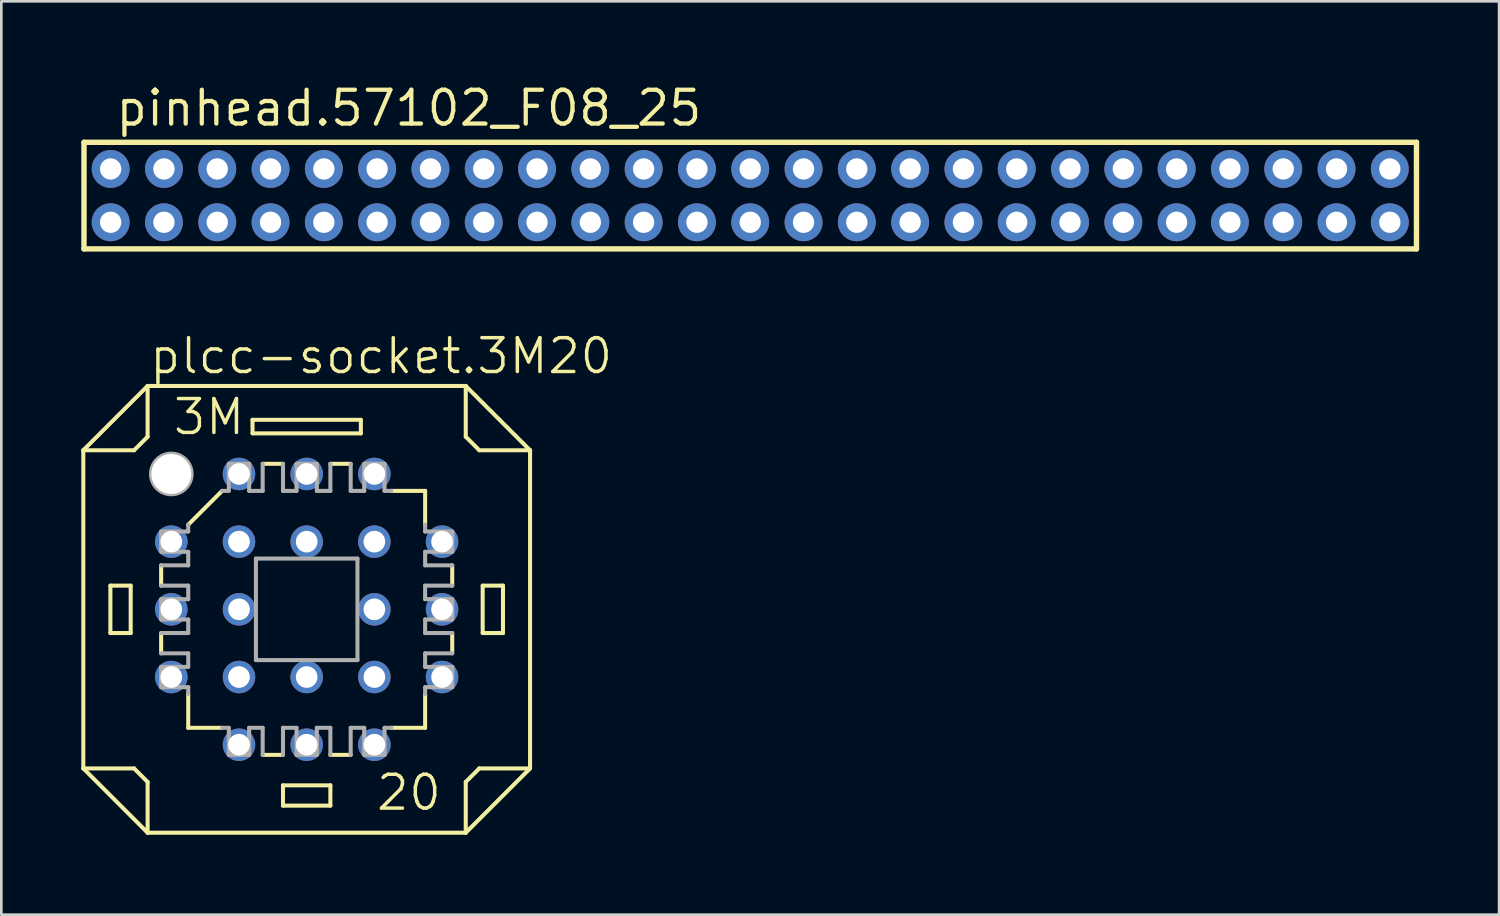
<source format=kicad_pcb>
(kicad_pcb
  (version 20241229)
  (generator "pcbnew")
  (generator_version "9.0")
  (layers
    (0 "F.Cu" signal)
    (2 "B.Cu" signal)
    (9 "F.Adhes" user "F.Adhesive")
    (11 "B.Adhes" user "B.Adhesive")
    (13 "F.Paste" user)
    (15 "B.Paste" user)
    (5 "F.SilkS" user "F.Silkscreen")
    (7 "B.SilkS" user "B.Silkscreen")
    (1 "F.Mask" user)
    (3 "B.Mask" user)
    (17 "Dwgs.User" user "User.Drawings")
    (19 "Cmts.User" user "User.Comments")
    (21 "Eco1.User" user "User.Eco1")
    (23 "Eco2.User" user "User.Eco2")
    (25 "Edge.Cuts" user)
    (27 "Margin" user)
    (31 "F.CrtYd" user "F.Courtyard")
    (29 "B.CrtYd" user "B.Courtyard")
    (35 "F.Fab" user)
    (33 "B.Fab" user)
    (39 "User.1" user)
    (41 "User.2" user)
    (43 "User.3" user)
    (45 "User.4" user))
  (footprint "plcc-socket.3M20"
    (layer "F.Cu")
    (at 8.458 19.815)
    (property "Reference" "plcc-socket.3M20" (at -5.969 -8.763 0) (layer "F.SilkS") (effects (font (size 1.27 1.27) (thickness 0.13)) (justify left bottom)))
    (attr through_hole)
    (fp_line (start -8.382 -5.969) (end -8.382 5.969) (stroke (width 0.152) (type default)) (layer "F.SilkS"))
    (fp_line (start -8.382 -5.969) (end -5.969 -8.382) (stroke (width 0.152) (type default)) (layer "F.SilkS"))
    (fp_line (start -8.382 5.969) (end -6.477 5.969) (stroke (width 0.152) (type default)) (layer "F.SilkS"))
    (fp_line (start -7.366 -0.889) (end -6.604 -0.889) (stroke (width 0.152) (type default)) (layer "F.SilkS"))
    (fp_line (start -7.366 0.889) (end -7.366 -0.889) (stroke (width 0.152) (type default)) (layer "F.SilkS"))
    (fp_line (start -7.366 0.889) (end -6.604 0.889) (stroke (width 0.152) (type default)) (layer "F.SilkS"))
    (fp_line (start -6.604 0.889) (end -6.604 -0.889) (stroke (width 0.152) (type default)) (layer "F.SilkS"))
    (fp_line (start -6.477 -5.969) (end -8.382 -5.969) (stroke (width 0.152) (type default)) (layer "F.SilkS"))
    (fp_line (start -6.477 -5.969) (end -5.969 -6.477) (stroke (width 0.152) (type default)) (layer "F.SilkS"))
    (fp_line (start -5.969 -8.382) (end -5.969 -6.477) (stroke (width 0.152) (type default)) (layer "F.SilkS"))
    (fp_line (start -5.969 6.477) (end -6.477 5.969) (stroke (width 0.152) (type default)) (layer "F.SilkS"))
    (fp_line (start -5.969 6.477) (end -5.969 8.382) (stroke (width 0.152) (type default)) (layer "F.SilkS"))
    (fp_line (start -5.969 8.382) (end -8.382 5.969) (stroke (width 0.152) (type default)) (layer "F.SilkS"))
    (fp_line (start -5.461 -0.889) (end -5.461 -1.651) (stroke (width 0.152) (type default)) (layer "F.SilkS"))
    (fp_line (start -5.461 1.651) (end -5.461 0.889) (stroke (width 0.152) (type default)) (layer "F.SilkS"))
    (fp_line (start -4.445 -3.175) (end -3.175 -4.445) (stroke (width 0.152) (type default)) (layer "F.SilkS"))
    (fp_line (start -4.445 4.445) (end -4.445 3.175) (stroke (width 0.152) (type default)) (layer "F.SilkS"))
    (fp_line (start -4.445 4.445) (end -3.175 4.445) (stroke (width 0.152) (type default)) (layer "F.SilkS"))
    (fp_line (start -2.032 -7.112) (end -2.032 -6.604) (stroke (width 0.152) (type default)) (layer "F.SilkS"))
    (fp_line (start -1.651 5.461) (end -0.889 5.461) (stroke (width 0.152) (type default)) (layer "F.SilkS"))
    (fp_line (start -0.889 -5.461) (end -1.651 -5.461) (stroke (width 0.152) (type default)) (layer "F.SilkS"))
    (fp_line (start -0.889 7.366) (end -0.889 6.604) (stroke (width 0.152) (type default)) (layer "F.SilkS"))
    (fp_line (start -0.889 7.366) (end 0.889 7.366) (stroke (width 0.152) (type default)) (layer "F.SilkS"))
    (fp_line (start 0.889 5.461) (end 1.651 5.461) (stroke (width 0.152) (type default)) (layer "F.SilkS"))
    (fp_line (start 0.889 6.604) (end -0.889 6.604) (stroke (width 0.152) (type default)) (layer "F.SilkS"))
    (fp_line (start 0.889 6.604) (end 0.889 7.366) (stroke (width 0.152) (type default)) (layer "F.SilkS"))
    (fp_line (start 1.651 -5.461) (end 0.889 -5.461) (stroke (width 0.152) (type default)) (layer "F.SilkS"))
    (fp_line (start 2.032 -7.112) (end -2.032 -7.112) (stroke (width 0.152) (type default)) (layer "F.SilkS"))
    (fp_line (start 2.032 -6.604) (end -2.032 -6.604) (stroke (width 0.152) (type default)) (layer "F.SilkS"))
    (fp_line (start 2.032 -6.604) (end 2.032 -7.112) (stroke (width 0.152) (type default)) (layer "F.SilkS"))
    (fp_line (start 3.175 4.445) (end 4.445 4.445) (stroke (width 0.152) (type default)) (layer "F.SilkS"))
    (fp_line (start 4.445 -4.445) (end 3.175 -4.445) (stroke (width 0.152) (type default)) (layer "F.SilkS"))
    (fp_line (start 4.445 -4.445) (end 4.445 -3.175) (stroke (width 0.152) (type default)) (layer "F.SilkS"))
    (fp_line (start 4.445 4.445) (end 4.445 3.175) (stroke (width 0.152) (type default)) (layer "F.SilkS"))
    (fp_line (start 5.461 -1.651) (end 5.461 -0.889) (stroke (width 0.152) (type default)) (layer "F.SilkS"))
    (fp_line (start 5.461 0.889) (end 5.461 1.651) (stroke (width 0.152) (type default)) (layer "F.SilkS"))
    (fp_line (start 5.969 -8.382) (end -5.969 -8.382) (stroke (width 0.152) (type default)) (layer "F.SilkS"))
    (fp_line (start 5.969 -8.382) (end 8.382 -5.969) (stroke (width 0.152) (type default)) (layer "F.SilkS"))
    (fp_line (start 5.969 -6.477) (end 5.969 -8.382) (stroke (width 0.152) (type default)) (layer "F.SilkS"))
    (fp_line (start 5.969 -6.477) (end 6.477 -5.969) (stroke (width 0.152) (type default)) (layer "F.SilkS"))
    (fp_line (start 5.969 8.382) (end -5.969 8.382) (stroke (width 0.152) (type default)) (layer "F.SilkS"))
    (fp_line (start 5.969 8.382) (end 5.969 6.477) (stroke (width 0.152) (type default)) (layer "F.SilkS"))
    (fp_line (start 6.477 5.969) (end 5.969 6.477) (stroke (width 0.152) (type default)) (layer "F.SilkS"))
    (fp_line (start 6.477 5.969) (end 8.382 5.969) (stroke (width 0.152) (type default)) (layer "F.SilkS"))
    (fp_line (start 6.604 -0.889) (end 6.604 0.889) (stroke (width 0.152) (type default)) (layer "F.SilkS"))
    (fp_line (start 6.604 -0.889) (end 7.366 -0.889) (stroke (width 0.152) (type default)) (layer "F.SilkS"))
    (fp_line (start 7.366 0.889) (end 6.604 0.889) (stroke (width 0.152) (type default)) (layer "F.SilkS"))
    (fp_line (start 7.366 0.889) (end 7.366 -0.889) (stroke (width 0.152) (type default)) (layer "F.SilkS"))
    (fp_line (start 8.382 -5.969) (end 6.477 -5.969) (stroke (width 0.152) (type default)) (layer "F.SilkS"))
    (fp_line (start 8.382 -5.969) (end 8.382 5.969) (stroke (width 0.152) (type default)) (layer "F.SilkS"))
    (fp_line (start 8.382 5.969) (end 5.969 8.382) (stroke (width 0.152) (type default)) (layer "F.SilkS"))
    (fp_line (start -5.461 -2.921) (end -5.461 -2.159) (stroke (width 0.152) (type default)) (layer "F.Fab"))
    (fp_line (start -5.461 -2.921) (end -4.445 -2.921) (stroke (width 0.152) (type default)) (layer "F.Fab"))
    (fp_line (start -5.461 -0.889) (end -4.445 -0.889) (stroke (width 0.152) (type default)) (layer "F.Fab"))
    (fp_line (start -5.461 0.381) (end -5.461 -0.381) (stroke (width 0.152) (type default)) (layer "F.Fab"))
    (fp_line (start -5.461 0.381) (end -4.445 0.381) (stroke (width 0.152) (type default)) (layer "F.Fab"))
    (fp_line (start -5.461 1.651) (end -4.445 1.651) (stroke (width 0.152) (type default)) (layer "F.Fab"))
    (fp_line (start -5.461 2.921) (end -5.461 2.159) (stroke (width 0.152) (type default)) (layer "F.Fab"))
    (fp_line (start -5.461 2.921) (end -4.445 2.921) (stroke (width 0.152) (type default)) (layer "F.Fab"))
    (fp_line (start -4.445 -2.921) (end -4.445 -3.175) (stroke (width 0.152) (type default)) (layer "F.Fab"))
    (fp_line (start -4.445 -2.159) (end -5.461 -2.159) (stroke (width 0.152) (type default)) (layer "F.Fab"))
    (fp_line (start -4.445 -2.159) (end -4.445 -1.651) (stroke (width 0.152) (type default)) (layer "F.Fab"))
    (fp_line (start -4.445 -1.651) (end -5.461 -1.651) (stroke (width 0.152) (type default)) (layer "F.Fab"))
    (fp_line (start -4.445 -0.381) (end -5.461 -0.381) (stroke (width 0.152) (type default)) (layer "F.Fab"))
    (fp_line (start -4.445 -0.381) (end -4.445 -0.889) (stroke (width 0.152) (type default)) (layer "F.Fab"))
    (fp_line (start -4.445 0.889) (end -5.461 0.889) (stroke (width 0.152) (type default)) (layer "F.Fab"))
    (fp_line (start -4.445 0.889) (end -4.445 0.381) (stroke (width 0.152) (type default)) (layer "F.Fab"))
    (fp_line (start -4.445 2.159) (end -5.461 2.159) (stroke (width 0.152) (type default)) (layer "F.Fab"))
    (fp_line (start -4.445 2.159) (end -4.445 1.651) (stroke (width 0.152) (type default)) (layer "F.Fab"))
    (fp_line (start -4.445 2.921) (end -4.445 3.175) (stroke (width 0.152) (type default)) (layer "F.Fab"))
    (fp_line (start -3.175 -4.445) (end -2.921 -4.445) (stroke (width 0.152) (type default)) (layer "F.Fab"))
    (fp_line (start -2.921 -4.445) (end -2.921 -5.461) (stroke (width 0.152) (type default)) (layer "F.Fab"))
    (fp_line (start -2.921 4.445) (end -3.175 4.445) (stroke (width 0.152) (type default)) (layer "F.Fab"))
    (fp_line (start -2.921 5.461) (end -2.921 4.445) (stroke (width 0.152) (type default)) (layer "F.Fab"))
    (fp_line (start -2.921 5.461) (end -2.159 5.461) (stroke (width 0.152) (type default)) (layer "F.Fab"))
    (fp_line (start -2.159 -5.461) (end -2.921 -5.461) (stroke (width 0.152) (type default)) (layer "F.Fab"))
    (fp_line (start -2.159 -5.461) (end -2.159 -4.445) (stroke (width 0.152) (type default)) (layer "F.Fab"))
    (fp_line (start -2.159 4.445) (end -2.159 5.461) (stroke (width 0.152) (type default)) (layer "F.Fab"))
    (fp_line (start -1.905 -1.905) (end -1.905 1.905) (stroke (width 0.152) (type default)) (layer "F.Fab"))
    (fp_line (start -1.905 -1.905) (end 1.905 -1.905) (stroke (width 0.152) (type default)) (layer "F.Fab"))
    (fp_line (start -1.651 -4.445) (end -2.159 -4.445) (stroke (width 0.152) (type default)) (layer "F.Fab"))
    (fp_line (start -1.651 -4.445) (end -1.651 -5.461) (stroke (width 0.152) (type default)) (layer "F.Fab"))
    (fp_line (start -1.651 4.445) (end -2.159 4.445) (stroke (width 0.152) (type default)) (layer "F.Fab"))
    (fp_line (start -1.651 5.461) (end -1.651 4.445) (stroke (width 0.152) (type default)) (layer "F.Fab"))
    (fp_line (start -0.889 -5.461) (end -0.889 -4.445) (stroke (width 0.152) (type default)) (layer "F.Fab"))
    (fp_line (start -0.889 4.445) (end -0.889 5.461) (stroke (width 0.152) (type default)) (layer "F.Fab"))
    (fp_line (start -0.381 -4.445) (end -0.889 -4.445) (stroke (width 0.152) (type default)) (layer "F.Fab"))
    (fp_line (start -0.381 -4.445) (end -0.381 -5.461) (stroke (width 0.152) (type default)) (layer "F.Fab"))
    (fp_line (start -0.381 4.445) (end -0.889 4.445) (stroke (width 0.152) (type default)) (layer "F.Fab"))
    (fp_line (start -0.381 5.461) (end -0.381 4.445) (stroke (width 0.152) (type default)) (layer "F.Fab"))
    (fp_line (start -0.381 5.461) (end 0.381 5.461) (stroke (width 0.152) (type default)) (layer "F.Fab"))
    (fp_line (start 0.381 -5.461) (end -0.381 -5.461) (stroke (width 0.152) (type default)) (layer "F.Fab"))
    (fp_line (start 0.381 -5.461) (end 0.381 -4.445) (stroke (width 0.152) (type default)) (layer "F.Fab"))
    (fp_line (start 0.381 4.445) (end 0.381 5.461) (stroke (width 0.152) (type default)) (layer "F.Fab"))
    (fp_line (start 0.889 -4.445) (end 0.381 -4.445) (stroke (width 0.152) (type default)) (layer "F.Fab"))
    (fp_line (start 0.889 -4.445) (end 0.889 -5.461) (stroke (width 0.152) (type default)) (layer "F.Fab"))
    (fp_line (start 0.889 4.445) (end 0.381 4.445) (stroke (width 0.152) (type default)) (layer "F.Fab"))
    (fp_line (start 0.889 5.461) (end 0.889 4.445) (stroke (width 0.152) (type default)) (layer "F.Fab"))
    (fp_line (start 1.651 -5.461) (end 1.651 -4.445) (stroke (width 0.152) (type default)) (layer "F.Fab"))
    (fp_line (start 1.651 4.445) (end 1.651 5.461) (stroke (width 0.152) (type default)) (layer "F.Fab"))
    (fp_line (start 1.905 1.905) (end -1.905 1.905) (stroke (width 0.152) (type default)) (layer "F.Fab"))
    (fp_line (start 1.905 1.905) (end 1.905 -1.905) (stroke (width 0.152) (type default)) (layer "F.Fab"))
    (fp_line (start 2.159 -4.445) (end 1.651 -4.445) (stroke (width 0.152) (type default)) (layer "F.Fab"))
    (fp_line (start 2.159 -4.445) (end 2.159 -5.461) (stroke (width 0.152) (type default)) (layer "F.Fab"))
    (fp_line (start 2.159 4.445) (end 1.651 4.445) (stroke (width 0.152) (type default)) (layer "F.Fab"))
    (fp_line (start 2.159 5.461) (end 2.159 4.445) (stroke (width 0.152) (type default)) (layer "F.Fab"))
    (fp_line (start 2.159 5.461) (end 2.921 5.461) (stroke (width 0.152) (type default)) (layer "F.Fab"))
    (fp_line (start 2.921 -5.461) (end 2.159 -5.461) (stroke (width 0.152) (type default)) (layer "F.Fab"))
    (fp_line (start 2.921 -5.461) (end 2.921 -4.445) (stroke (width 0.152) (type default)) (layer "F.Fab"))
    (fp_line (start 2.921 -4.445) (end 3.175 -4.445) (stroke (width 0.152) (type default)) (layer "F.Fab"))
    (fp_line (start 2.921 4.445) (end 2.921 5.461) (stroke (width 0.152) (type default)) (layer "F.Fab"))
    (fp_line (start 3.175 4.445) (end 2.921 4.445) (stroke (width 0.152) (type default)) (layer "F.Fab"))
    (fp_line (start 4.445 -2.921) (end 4.445 -3.175) (stroke (width 0.152) (type default)) (layer "F.Fab"))
    (fp_line (start 4.445 -2.159) (end 5.461 -2.159) (stroke (width 0.152) (type default)) (layer "F.Fab"))
    (fp_line (start 4.445 -1.651) (end 4.445 -2.159) (stroke (width 0.152) (type default)) (layer "F.Fab"))
    (fp_line (start 4.445 -0.889) (end 5.461 -0.889) (stroke (width 0.152) (type default)) (layer "F.Fab"))
    (fp_line (start 4.445 -0.381) (end 4.445 -0.889) (stroke (width 0.152) (type default)) (layer "F.Fab"))
    (fp_line (start 4.445 0.381) (end 5.461 0.381) (stroke (width 0.152) (type default)) (layer "F.Fab"))
    (fp_line (start 4.445 0.889) (end 4.445 0.381) (stroke (width 0.152) (type default)) (layer "F.Fab"))
    (fp_line (start 4.445 1.651) (end 4.445 2.159) (stroke (width 0.152) (type default)) (layer "F.Fab"))
    (fp_line (start 4.445 1.651) (end 5.461 1.651) (stroke (width 0.152) (type default)) (layer "F.Fab"))
    (fp_line (start 4.445 2.159) (end 5.461 2.159) (stroke (width 0.152) (type default)) (layer "F.Fab"))
    (fp_line (start 4.445 2.921) (end 4.445 3.175) (stroke (width 0.152) (type default)) (layer "F.Fab"))
    (fp_line (start 5.461 -2.921) (end 4.445 -2.921) (stroke (width 0.152) (type default)) (layer "F.Fab"))
    (fp_line (start 5.461 -2.921) (end 5.461 -2.159) (stroke (width 0.152) (type default)) (layer "F.Fab"))
    (fp_line (start 5.461 -1.651) (end 4.445 -1.651) (stroke (width 0.152) (type default)) (layer "F.Fab"))
    (fp_line (start 5.461 -0.381) (end 4.445 -0.381) (stroke (width 0.152) (type default)) (layer "F.Fab"))
    (fp_line (start 5.461 -0.381) (end 5.461 0.381) (stroke (width 0.152) (type default)) (layer "F.Fab"))
    (fp_line (start 5.461 0.889) (end 4.445 0.889) (stroke (width 0.152) (type default)) (layer "F.Fab"))
    (fp_line (start 5.461 2.921) (end 4.445 2.921) (stroke (width 0.152) (type default)) (layer "F.Fab"))
    (fp_line (start 5.461 2.921) (end 5.461 2.159) (stroke (width 0.152) (type default)) (layer "F.Fab"))
    (fp_circle (center -5.08 -5.08) (end -4.318 -5.08) (stroke (width 0.152) (type default)) (fill no) (layer "F.Fab"))
    (fp_text user "20" (at 2.54 7.62 0) (layer "F.SilkS") (effects (font (size 1.27 1.27) (thickness 0.13)) (justify left bottom)))
    (fp_text user "3M" (at -5.08 -6.477 0) (layer "F.SilkS") (effects (font (size 1.27 1.27) (thickness 0.13)) (justify left bottom)))
    (pad "" np_thru_hole circle (at -5.08 -5.08) (size 1.499 1.499) (drill 1.499) (layers "*.Cu" "*.Mask"))
    (pad "1" thru_hole circle (at 0 -5.08) (size 1.219 1.219) (drill 0.813) (layers "*.Cu" "*.Mask"))
    (pad "2" thru_hole circle (at 0 -2.54) (size 1.219 1.219) (drill 0.813) (layers "*.Cu" "*.Mask"))
    (pad "3" thru_hole circle (at -2.54 -5.08) (size 1.219 1.219) (drill 0.813) (layers "*.Cu" "*.Mask"))
    (pad "4" thru_hole circle (at -5.08 -2.54) (size 1.219 1.219) (drill 0.813) (layers "*.Cu" "*.Mask"))
    (pad "5" thru_hole circle (at -2.54 -2.54) (size 1.219 1.219) (drill 0.813) (layers "*.Cu" "*.Mask"))
    (pad "6" thru_hole circle (at -5.08 0) (size 1.219 1.219) (drill 0.813) (layers "*.Cu" "*.Mask"))
    (pad "7" thru_hole circle (at -2.54 0) (size 1.219 1.219) (drill 0.813) (layers "*.Cu" "*.Mask"))
    (pad "8" thru_hole circle (at -5.08 2.54) (size 1.219 1.219) (drill 0.813) (layers "*.Cu" "*.Mask"))
    (pad "9" thru_hole circle (at -2.54 5.08) (size 1.219 1.219) (drill 0.813) (layers "*.Cu" "*.Mask"))
    (pad "10" thru_hole circle (at -2.54 2.54) (size 1.219 1.219) (drill 0.813) (layers "*.Cu" "*.Mask"))
    (pad "11" thru_hole circle (at 0 5.08) (size 1.219 1.219) (drill 0.813) (layers "*.Cu" "*.Mask"))
    (pad "12" thru_hole circle (at 0 2.54) (size 1.219 1.219) (drill 0.813) (layers "*.Cu" "*.Mask"))
    (pad "13" thru_hole circle (at 2.54 5.08) (size 1.219 1.219) (drill 0.813) (layers "*.Cu" "*.Mask"))
    (pad "14" thru_hole circle (at 5.08 2.54) (size 1.219 1.219) (drill 0.813) (layers "*.Cu" "*.Mask"))
    (pad "15" thru_hole circle (at 2.54 2.54) (size 1.219 1.219) (drill 0.813) (layers "*.Cu" "*.Mask"))
    (pad "16" thru_hole circle (at 5.08 0) (size 1.219 1.219) (drill 0.813) (layers "*.Cu" "*.Mask"))
    (pad "17" thru_hole circle (at 2.54 0) (size 1.219 1.219) (drill 0.813) (layers "*.Cu" "*.Mask"))
    (pad "18" thru_hole circle (at 5.08 -2.54) (size 1.219 1.219) (drill 0.813) (layers "*.Cu" "*.Mask"))
    (pad "19" thru_hole circle (at 2.54 -5.08) (size 1.219 1.219) (drill 0.813) (layers "*.Cu" "*.Mask"))
    (pad "20" thru_hole circle (at 2.54 -2.54) (size 1.219 1.219) (drill 0.813) (layers "*.Cu" "*.Mask")))
  (footprint "pinhead.57102_F08_25"
    (layer "F.Cu")
    (at 10.102 4.29)
    (property "Reference" "pinhead.57102_F08_25" (at -8.89 -2.54 0) (layer "F.SilkS") (effects (font (size 1.27 1.27) (thickness 0.16)) (justify left bottom)))
    (attr through_hole)
    (fp_line (start -10 -2) (end 40 -2) (stroke (width 0.203) (type default)) (layer "F.SilkS"))
    (fp_line (start -10 2) (end -10 -2) (stroke (width 0.203) (type default)) (layer "F.SilkS"))
    (fp_line (start 40 -2) (end 40 2) (stroke (width 0.203) (type default)) (layer "F.SilkS"))
    (fp_line (start 40 2) (end -10 2) (stroke (width 0.203) (type default)) (layer "F.SilkS"))
    (pad "1" thru_hole circle (at -9 1) (size 1.422 1.422) (drill 0.8) (layers "*.Cu" "*.Mask"))
    (pad "2" thru_hole circle (at -9 -1) (size 1.422 1.422) (drill 0.8) (layers "*.Cu" "*.Mask"))
    (pad "3" thru_hole circle (at -7 1) (size 1.422 1.422) (drill 0.8) (layers "*.Cu" "*.Mask"))
    (pad "4" thru_hole circle (at -7 -1) (size 1.422 1.422) (drill 0.8) (layers "*.Cu" "*.Mask"))
    (pad "5" thru_hole circle (at -5 1) (size 1.422 1.422) (drill 0.8) (layers "*.Cu" "*.Mask"))
    (pad "6" thru_hole circle (at -5 -1) (size 1.422 1.422) (drill 0.8) (layers "*.Cu" "*.Mask"))
    (pad "7" thru_hole circle (at -3 1) (size 1.422 1.422) (drill 0.8) (layers "*.Cu" "*.Mask"))
    (pad "8" thru_hole circle (at -3 -1) (size 1.422 1.422) (drill 0.8) (layers "*.Cu" "*.Mask"))
    (pad "9" thru_hole circle (at -1 1) (size 1.422 1.422) (drill 0.8) (layers "*.Cu" "*.Mask"))
    (pad "10" thru_hole circle (at -1 -1) (size 1.422 1.422) (drill 0.8) (layers "*.Cu" "*.Mask"))
    (pad "11" thru_hole circle (at 1 1) (size 1.422 1.422) (drill 0.8) (layers "*.Cu" "*.Mask"))
    (pad "12" thru_hole circle (at 1 -1) (size 1.422 1.422) (drill 0.8) (layers "*.Cu" "*.Mask"))
    (pad "13" thru_hole circle (at 3 1) (size 1.422 1.422) (drill 0.8) (layers "*.Cu" "*.Mask"))
    (pad "14" thru_hole circle (at 3 -1) (size 1.422 1.422) (drill 0.8) (layers "*.Cu" "*.Mask"))
    (pad "15" thru_hole circle (at 5 1) (size 1.422 1.422) (drill 0.8) (layers "*.Cu" "*.Mask"))
    (pad "16" thru_hole circle (at 5 -1) (size 1.422 1.422) (drill 0.8) (layers "*.Cu" "*.Mask"))
    (pad "17" thru_hole circle (at 7 1) (size 1.422 1.422) (drill 0.8) (layers "*.Cu" "*.Mask"))
    (pad "18" thru_hole circle (at 7 -1) (size 1.422 1.422) (drill 0.8) (layers "*.Cu" "*.Mask"))
    (pad "19" thru_hole circle (at 9 1) (size 1.422 1.422) (drill 0.8) (layers "*.Cu" "*.Mask"))
    (pad "20" thru_hole circle (at 9 -1) (size 1.422 1.422) (drill 0.8) (layers "*.Cu" "*.Mask"))
    (pad "21" thru_hole circle (at 11 1) (size 1.422 1.422) (drill 0.8) (layers "*.Cu" "*.Mask"))
    (pad "22" thru_hole circle (at 11 -1) (size 1.422 1.422) (drill 0.8) (layers "*.Cu" "*.Mask"))
    (pad "23" thru_hole circle (at 13 1) (size 1.422 1.422) (drill 0.8) (layers "*.Cu" "*.Mask"))
    (pad "24" thru_hole circle (at 13 -1) (size 1.422 1.422) (drill 0.8) (layers "*.Cu" "*.Mask"))
    (pad "25" thru_hole circle (at 15 1) (size 1.422 1.422) (drill 0.8) (layers "*.Cu" "*.Mask"))
    (pad "26" thru_hole circle (at 15 -1) (size 1.422 1.422) (drill 0.8) (layers "*.Cu" "*.Mask"))
    (pad "27" thru_hole circle (at 17 1) (size 1.422 1.422) (drill 0.8) (layers "*.Cu" "*.Mask"))
    (pad "28" thru_hole circle (at 17 -1) (size 1.422 1.422) (drill 0.8) (layers "*.Cu" "*.Mask"))
    (pad "29" thru_hole circle (at 19 1) (size 1.422 1.422) (drill 0.8) (layers "*.Cu" "*.Mask"))
    (pad "30" thru_hole circle (at 19 -1) (size 1.422 1.422) (drill 0.8) (layers "*.Cu" "*.Mask"))
    (pad "31" thru_hole circle (at 21 1) (size 1.422 1.422) (drill 0.8) (layers "*.Cu" "*.Mask"))
    (pad "32" thru_hole circle (at 21 -1) (size 1.422 1.422) (drill 0.8) (layers "*.Cu" "*.Mask"))
    (pad "33" thru_hole circle (at 23 1) (size 1.422 1.422) (drill 0.8) (layers "*.Cu" "*.Mask"))
    (pad "34" thru_hole circle (at 23 -1) (size 1.422 1.422) (drill 0.8) (layers "*.Cu" "*.Mask"))
    (pad "35" thru_hole circle (at 25 1) (size 1.422 1.422) (drill 0.8) (layers "*.Cu" "*.Mask"))
    (pad "36" thru_hole circle (at 25 -1) (size 1.422 1.422) (drill 0.8) (layers "*.Cu" "*.Mask"))
    (pad "37" thru_hole circle (at 27 1) (size 1.422 1.422) (drill 0.8) (layers "*.Cu" "*.Mask"))
    (pad "38" thru_hole circle (at 27 -1) (size 1.422 1.422) (drill 0.8) (layers "*.Cu" "*.Mask"))
    (pad "39" thru_hole circle (at 29 1) (size 1.422 1.422) (drill 0.8) (layers "*.Cu" "*.Mask"))
    (pad "40" thru_hole circle (at 29 -1) (size 1.422 1.422) (drill 0.8) (layers "*.Cu" "*.Mask"))
    (pad "41" thru_hole circle (at 31 1) (size 1.422 1.422) (drill 0.8) (layers "*.Cu" "*.Mask"))
    (pad "42" thru_hole circle (at 31 -1) (size 1.422 1.422) (drill 0.8) (layers "*.Cu" "*.Mask"))
    (pad "43" thru_hole circle (at 33 1) (size 1.422 1.422) (drill 0.8) (layers "*.Cu" "*.Mask"))
    (pad "44" thru_hole circle (at 33 -1) (size 1.422 1.422) (drill 0.8) (layers "*.Cu" "*.Mask"))
    (pad "45" thru_hole circle (at 35 1) (size 1.422 1.422) (drill 0.8) (layers "*.Cu" "*.Mask"))
    (pad "46" thru_hole circle (at 35 -1) (size 1.422 1.422) (drill 0.8) (layers "*.Cu" "*.Mask"))
    (pad "47" thru_hole circle (at 37 1) (size 1.422 1.422) (drill 0.8) (layers "*.Cu" "*.Mask"))
    (pad "48" thru_hole circle (at 37 -1) (size 1.422 1.422) (drill 0.8) (layers "*.Cu" "*.Mask"))
    (pad "49" thru_hole circle (at 39 1) (size 1.422 1.422) (drill 0.8) (layers "*.Cu" "*.Mask"))
    (pad "50" thru_hole circle (at 39 -1) (size 1.422 1.422) (drill 0.8) (layers "*.Cu" "*.Mask")))
  (gr_rect
    (start -3 -3)
    (end 53.203 31.273)
    (stroke (width 0.1) (type default))
    (fill no)
    (layer "Edge.Cuts")))
</source>
